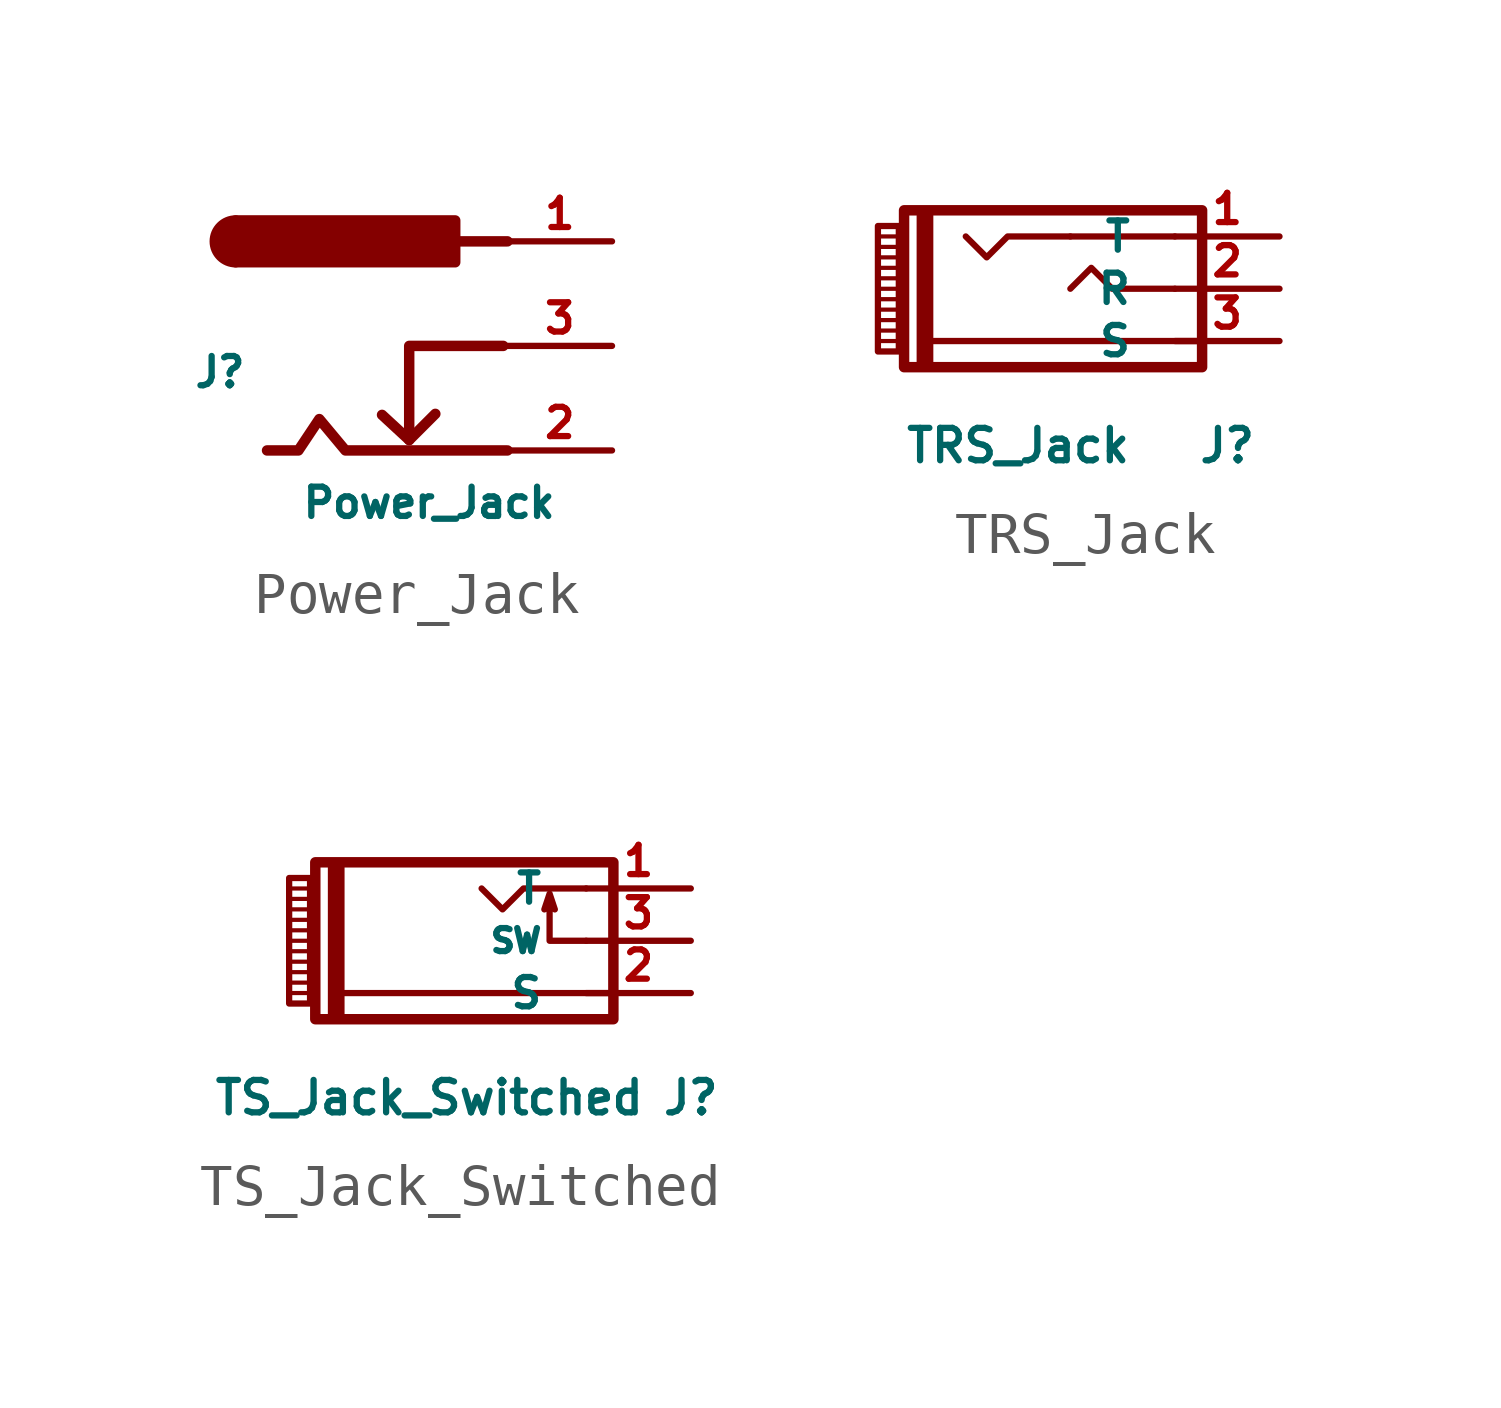
<source format=kicad_sym>
(kicad_symbol_lib
  (version 20220914)
  (generator kicad_symbol_editor)
  (symbol "Power_Jack"
    (pin_names
      (offset 1.016))
    (property "Reference" "J"
      (at -1.905 -0.635 0)
      (effects (font (size 0.711 0.711))))
    (property "Value" "Power_Jack"
      (at 3.175 -3.81 0)
      (effects (font (size 0.711 0.711))))
    (symbol "Power_Jack_0_1"
      (arc (start -1.524 3.048) (mid -2.0298 2.54) (end -1.524 2.032) (stroke (width 0.254) (type solid)) (fill (type none)))
      (rectangle (start -1.524 3.048) (end 3.81 2.032) (stroke (width 0.254) (type solid)) (fill (type outline)))
      (arc (start -1.4732 2.9464) (mid -1.832 2.54) (end -1.4732 2.1336) (stroke (width 0.254) (type solid)) (fill (type none)))
      (arc (start -1.4224 2.794) (mid -1.6753 2.54) (end -1.4224 2.286) (stroke (width 0.254) (type solid)) (fill (type none)))
      (polyline (pts (xy 2.692 -2.286) (xy 3.327 -1.651)) (stroke (width 0.254) (type solid)) (fill (type none)))
      (polyline (pts (xy 5.08 2.54) (xy 3.81 2.54)) (stroke (width 0.254) (type solid)) (fill (type none)))
      (polyline (pts (xy 4.978 0) (xy 2.692 0) (xy 2.692 -2.286) (xy 2.032 -1.676)) (stroke (width 0.254) (type solid)) (fill (type none)))
      (polyline (pts (xy 5.08 -2.54) (xy 1.143 -2.54) (xy 0.508 -1.778) (xy 0 -2.54) (xy -0.762 -2.54)) (stroke (width 0.254) (type solid)) (fill (type none))))
    (symbol "Power_Jack_1_1"
      (pin passive line (at 7.62 2.54 180) (length 2.54) (name "~" (effects (font (size 0.711 0.711)))) (number "1" (effects (font (size 0.711 0.711)))))
      (pin passive line (at 7.62 -2.54 180) (length 2.54) (name "~" (effects (font (size 0.711 0.711)))) (number "2" (effects (font (size 0.711 0.711)))))
      (pin passive line (at 7.62 0 180) (length 2.54) (name "~" (effects (font (size 0.711 0.711)))) (number "3" (effects (font (size 0.711 0.711)))))))
  (symbol "TRS_Jack"
    (pin_names
      (offset 1.016))
    (property "Reference" "J"
      (at -1.27 -5.08 0)
      (effects (font (size 0.787 0.787))))
    (property "Value" "TRS_Jack"
      (at -6.35 -5.08 0)
      (effects (font (size 0.787 0.787))))
    (symbol "TRS_Jack_0_1"
      (rectangle (start -9.246 0.254) (end -9.754 -2.794) (stroke (width 0) (type solid)) (fill (type none)))
      (rectangle (start -9.119 0.635) (end -1.88 -3.175) (stroke (width 0.254) (type solid)) (fill (type none)))
      (rectangle (start -8.738 0.508) (end -8.484 -3.048) (stroke (width 0) (type solid)) (fill (type outline)))
      (polyline (pts (xy -9.754 -2.54) (xy -9.246 -2.54)) (stroke (width 0.102) (type solid)) (fill (type none)))
      (polyline (pts (xy -9.754 -2.286) (xy -9.246 -2.286)) (stroke (width 0.102) (type solid)) (fill (type none)))
      (polyline (pts (xy -9.754 -2.032) (xy -9.246 -2.032)) (stroke (width 0.102) (type solid)) (fill (type none)))
      (polyline (pts (xy -9.754 -1.778) (xy -9.246 -1.778)) (stroke (width 0.102) (type solid)) (fill (type none)))
      (polyline (pts (xy -9.754 -1.524) (xy -9.246 -1.524)) (stroke (width 0.102) (type solid)) (fill (type none)))
      (polyline (pts (xy -9.754 -1.27) (xy -9.246 -1.27)) (stroke (width 0.102) (type solid)) (fill (type none)))
      (polyline (pts (xy -9.754 -1.016) (xy -9.246 -1.016)) (stroke (width 0.102) (type solid)) (fill (type none)))
      (polyline (pts (xy -9.754 -0.762) (xy -9.246 -0.762)) (stroke (width 0.102) (type solid)) (fill (type none)))
      (polyline (pts (xy -9.754 -0.508) (xy -9.246 -0.508)) (stroke (width 0.102) (type solid)) (fill (type none)))
      (polyline (pts (xy -9.754 -0.254) (xy -9.246 -0.254)) (stroke (width 0.102) (type solid)) (fill (type none)))
      (polyline (pts (xy -9.754 0) (xy -9.246 0)) (stroke (width 0.102) (type solid)) (fill (type none)))
      (polyline (pts (xy -5.08 0) (xy -2.54 0)) (stroke (width 0.152) (type solid)) (fill (type none)))
      (polyline (pts (xy -1.88 -2.54) (xy -8.484 -2.54)) (stroke (width 0) (type solid)) (fill (type none)))
      (polyline (pts (xy -5.08 0) (xy -6.604 0) (xy -7.112 -0.508) (xy -7.62 0)) (stroke (width 0.152) (type solid)) (fill (type none)))
      (polyline (pts (xy -2.54 -1.27) (xy -4.064 -1.27) (xy -4.572 -0.762) (xy -5.08 -1.27)) (stroke (width 0.152) (type solid)) (fill (type none))))
    (symbol "TRS_Jack_1_1"
      (pin passive line (at 0 0 180) (length 2.54) (name "T" (effects (font (size 0.711 0.711)))) (number "1" (effects (font (size 0.711 0.711)))))
      (pin passive line (at 0 -1.27 180) (length 2.54) (name "R" (effects (font (size 0.711 0.711)))) (number "2" (effects (font (size 0.711 0.711)))))
      (pin passive line (at 0 -2.54 180) (length 2.54) (name "S" (effects (font (size 0.711 0.711)))) (number "3" (effects (font (size 0.711 0.711)))))))
  (symbol "TS_Jack_Switched"
    (pin_names
      (offset 1.016))
    (property "Reference" "J"
      (at 0 -5.08 0)
      (effects (font (size 0.787 0.787))))
    (property "Value" "TS_Jack_Switched"
      (at -6.35 -5.08 0)
      (effects (font (size 0.787 0.787))))
    (symbol "TS_Jack_Switched_0_1"
      (rectangle (start -9.246 0.254) (end -9.754 -2.794) (stroke (width 0) (type solid)) (fill (type none)))
      (rectangle (start -9.119 0.635) (end -1.88 -3.175) (stroke (width 0.254) (type solid)) (fill (type none)))
      (rectangle (start -8.738 0.508) (end -8.484 -3.048) (stroke (width 0) (type solid)) (fill (type outline)))
      (polyline (pts (xy -9.754 -2.54) (xy -9.246 -2.54)) (stroke (width 0.102) (type solid)) (fill (type none)))
      (polyline (pts (xy -9.754 -2.286) (xy -9.246 -2.286)) (stroke (width 0.102) (type solid)) (fill (type none)))
      (polyline (pts (xy -9.754 -2.032) (xy -9.246 -2.032)) (stroke (width 0.102) (type solid)) (fill (type none)))
      (polyline (pts (xy -9.754 -1.778) (xy -9.246 -1.778)) (stroke (width 0.102) (type solid)) (fill (type none)))
      (polyline (pts (xy -9.754 -1.524) (xy -9.246 -1.524)) (stroke (width 0.102) (type solid)) (fill (type none)))
      (polyline (pts (xy -9.754 -1.27) (xy -9.246 -1.27)) (stroke (width 0.102) (type solid)) (fill (type none)))
      (polyline (pts (xy -9.754 -1.016) (xy -9.246 -1.016)) (stroke (width 0.102) (type solid)) (fill (type none)))
      (polyline (pts (xy -9.754 -0.762) (xy -9.246 -0.762)) (stroke (width 0.102) (type solid)) (fill (type none)))
      (polyline (pts (xy -9.754 -0.508) (xy -9.246 -0.508)) (stroke (width 0.102) (type solid)) (fill (type none)))
      (polyline (pts (xy -9.754 -0.254) (xy -9.246 -0.254)) (stroke (width 0.102) (type solid)) (fill (type none)))
      (polyline (pts (xy -9.754 0) (xy -9.246 0)) (stroke (width 0.102) (type solid)) (fill (type none)))
      (polyline (pts (xy -1.88 -2.54) (xy -8.484 -2.54)) (stroke (width 0) (type solid)) (fill (type none)))
      (polyline (pts (xy -2.54 0) (xy -4.064 0) (xy -4.572 -0.508) (xy -5.08 0)) (stroke (width 0.152) (type solid)) (fill (type none)))
      (polyline (pts (xy -2.54 -1.27) (xy -3.429 -1.27) (xy -3.429 -0.127) (xy -3.556 -0.508) (xy -3.429 -0.127) (xy -3.302 -0.508)) (stroke (width 0) (type solid)) (fill (type none))))
    (symbol "TS_Jack_Switched_1_1"
      (pin passive line (at 0 0 180) (length 2.54) (name "T" (effects (font (size 0.711 0.711)))) (number "1" (effects (font (size 0.711 0.711)))))
      (pin passive line (at 0 -2.54 180) (length 2.54) (name "S" (effects (font (size 0.711 0.711)))) (number "2" (effects (font (size 0.711 0.711)))))
      (pin passive line (at 0 -1.27 180) (length 2.54) (name "SW" (effects (font (size 0.559 0.559)))) (number "3" (effects (font (size 0.711 0.711))))))))
</source>
